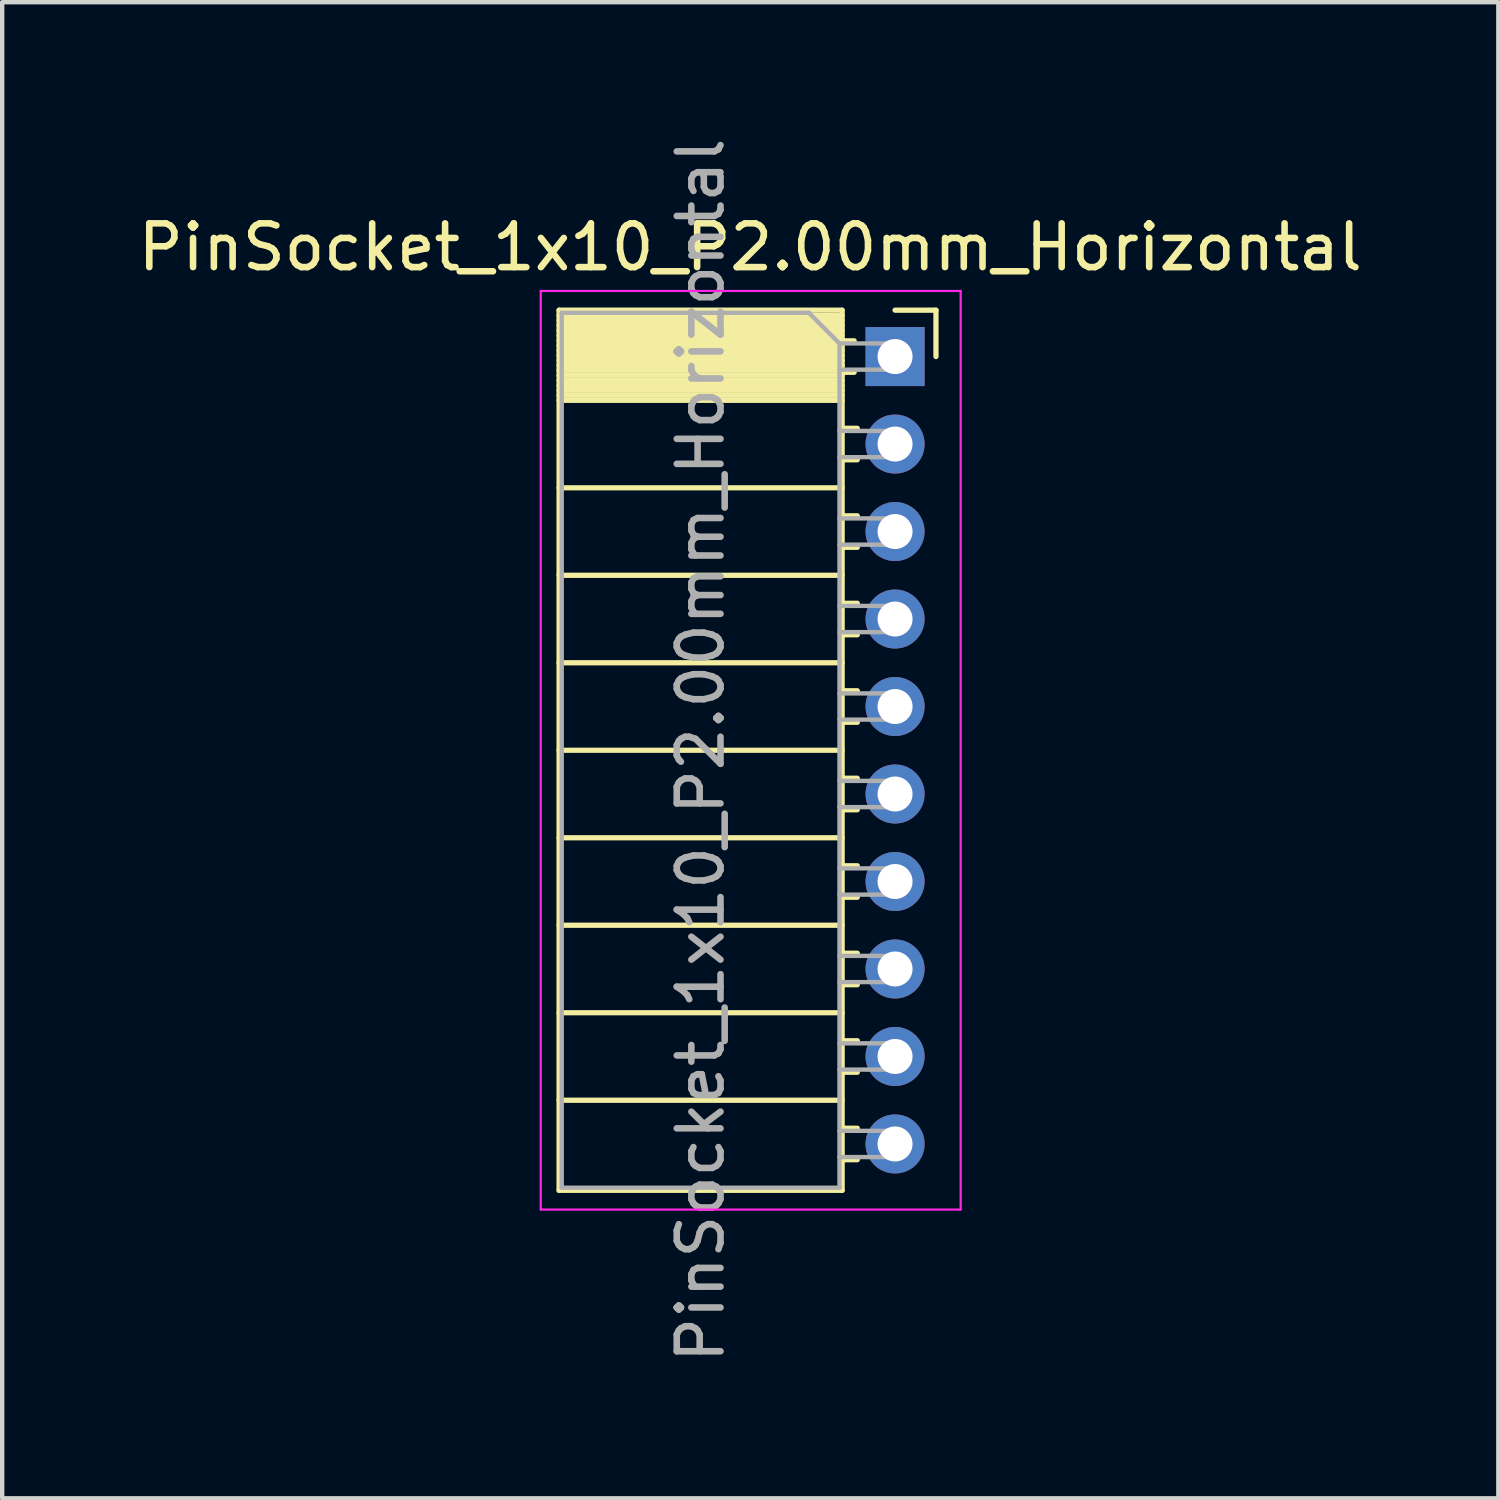
<source format=kicad_pcb>
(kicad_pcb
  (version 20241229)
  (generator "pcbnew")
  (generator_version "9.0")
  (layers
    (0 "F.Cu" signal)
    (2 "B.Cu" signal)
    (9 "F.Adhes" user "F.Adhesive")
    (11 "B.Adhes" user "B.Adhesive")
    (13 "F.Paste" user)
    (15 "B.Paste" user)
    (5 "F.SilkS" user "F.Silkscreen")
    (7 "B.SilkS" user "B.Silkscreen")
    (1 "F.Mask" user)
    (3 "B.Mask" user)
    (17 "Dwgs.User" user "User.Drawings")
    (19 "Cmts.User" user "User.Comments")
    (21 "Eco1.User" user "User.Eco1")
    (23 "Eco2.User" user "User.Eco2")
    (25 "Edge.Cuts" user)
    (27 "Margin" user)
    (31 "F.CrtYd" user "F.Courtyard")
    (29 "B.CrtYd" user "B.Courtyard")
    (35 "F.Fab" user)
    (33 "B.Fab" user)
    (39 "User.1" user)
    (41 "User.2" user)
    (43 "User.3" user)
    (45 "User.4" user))
  (footprint "PinSocket_1x10_P2.00mm_Horizontal"
    (layer "F.Cu")
    (at 17.411 5.101)
    (property "Reference" "PinSocket_1x10_P2.00mm_Horizontal" (at -3.31 -2.5 0) (layer "F.SilkS") (effects (font (size 1 1) (thickness 0.15))))
    (attr through_hole)
    (fp_line (start -7.68 -1.06) (end -7.68 19.06) (stroke (width 0.12) (type solid)) (layer "F.SilkS"))
    (fp_line (start -7.68 -1.06) (end -1.21 -1.06) (stroke (width 0.12) (type solid)) (layer "F.SilkS"))
    (fp_line (start -7.68 -0.94) (end -1.21 -0.94) (stroke (width 0.12) (type solid)) (layer "F.SilkS"))
    (fp_line (start -7.68 -0.826) (end -1.21 -0.826) (stroke (width 0.12) (type solid)) (layer "F.SilkS"))
    (fp_line (start -7.68 -0.712) (end -1.21 -0.712) (stroke (width 0.12) (type solid)) (layer "F.SilkS"))
    (fp_line (start -7.68 -0.598) (end -1.21 -0.598) (stroke (width 0.12) (type solid)) (layer "F.SilkS"))
    (fp_line (start -7.68 -0.484) (end -1.21 -0.484) (stroke (width 0.12) (type solid)) (layer "F.SilkS"))
    (fp_line (start -7.68 -0.369) (end -1.21 -0.369) (stroke (width 0.12) (type solid)) (layer "F.SilkS"))
    (fp_line (start -7.68 -0.255) (end -1.21 -0.255) (stroke (width 0.12) (type solid)) (layer "F.SilkS"))
    (fp_line (start -7.68 -0.141) (end -1.21 -0.141) (stroke (width 0.12) (type solid)) (layer "F.SilkS"))
    (fp_line (start -7.68 -0.027) (end -1.21 -0.027) (stroke (width 0.12) (type solid)) (layer "F.SilkS"))
    (fp_line (start -7.68 0.087) (end -1.21 0.087) (stroke (width 0.12) (type solid)) (layer "F.SilkS"))
    (fp_line (start -7.68 0.201) (end -1.21 0.201) (stroke (width 0.12) (type solid)) (layer "F.SilkS"))
    (fp_line (start -7.68 0.315) (end -1.21 0.315) (stroke (width 0.12) (type solid)) (layer "F.SilkS"))
    (fp_line (start -7.68 0.429) (end -1.21 0.429) (stroke (width 0.12) (type solid)) (layer "F.SilkS"))
    (fp_line (start -7.68 0.544) (end -1.21 0.544) (stroke (width 0.12) (type solid)) (layer "F.SilkS"))
    (fp_line (start -7.68 0.658) (end -1.21 0.658) (stroke (width 0.12) (type solid)) (layer "F.SilkS"))
    (fp_line (start -7.68 0.772) (end -1.21 0.772) (stroke (width 0.12) (type solid)) (layer "F.SilkS"))
    (fp_line (start -7.68 0.886) (end -1.21 0.886) (stroke (width 0.12) (type solid)) (layer "F.SilkS"))
    (fp_line (start -7.68 1) (end -1.21 1) (stroke (width 0.12) (type solid)) (layer "F.SilkS"))
    (fp_line (start -7.68 3) (end -1.21 3) (stroke (width 0.12) (type solid)) (layer "F.SilkS"))
    (fp_line (start -7.68 5) (end -1.21 5) (stroke (width 0.12) (type solid)) (layer "F.SilkS"))
    (fp_line (start -7.68 7) (end -1.21 7) (stroke (width 0.12) (type solid)) (layer "F.SilkS"))
    (fp_line (start -7.68 9) (end -1.21 9) (stroke (width 0.12) (type solid)) (layer "F.SilkS"))
    (fp_line (start -7.68 11) (end -1.21 11) (stroke (width 0.12) (type solid)) (layer "F.SilkS"))
    (fp_line (start -7.68 13) (end -1.21 13) (stroke (width 0.12) (type solid)) (layer "F.SilkS"))
    (fp_line (start -7.68 15) (end -1.21 15) (stroke (width 0.12) (type solid)) (layer "F.SilkS"))
    (fp_line (start -7.68 17) (end -1.21 17) (stroke (width 0.12) (type solid)) (layer "F.SilkS"))
    (fp_line (start -7.68 19.06) (end -1.21 19.06) (stroke (width 0.12) (type solid)) (layer "F.SilkS"))
    (fp_line (start -1.21 -1.06) (end -1.21 19.06) (stroke (width 0.12) (type solid)) (layer "F.SilkS"))
    (fp_line (start -1.21 -0.36) (end -0.935 -0.36) (stroke (width 0.12) (type solid)) (layer "F.SilkS"))
    (fp_line (start -1.21 0.36) (end -0.935 0.36) (stroke (width 0.12) (type solid)) (layer "F.SilkS"))
    (fp_line (start -1.21 1.64) (end -0.863 1.64) (stroke (width 0.12) (type solid)) (layer "F.SilkS"))
    (fp_line (start -1.21 2.36) (end -0.863 2.36) (stroke (width 0.12) (type solid)) (layer "F.SilkS"))
    (fp_line (start -1.21 3.64) (end -0.863 3.64) (stroke (width 0.12) (type solid)) (layer "F.SilkS"))
    (fp_line (start -1.21 4.36) (end -0.863 4.36) (stroke (width 0.12) (type solid)) (layer "F.SilkS"))
    (fp_line (start -1.21 5.64) (end -0.863 5.64) (stroke (width 0.12) (type solid)) (layer "F.SilkS"))
    (fp_line (start -1.21 6.36) (end -0.863 6.36) (stroke (width 0.12) (type solid)) (layer "F.SilkS"))
    (fp_line (start -1.21 7.64) (end -0.863 7.64) (stroke (width 0.12) (type solid)) (layer "F.SilkS"))
    (fp_line (start -1.21 8.36) (end -0.863 8.36) (stroke (width 0.12) (type solid)) (layer "F.SilkS"))
    (fp_line (start -1.21 9.64) (end -0.863 9.64) (stroke (width 0.12) (type solid)) (layer "F.SilkS"))
    (fp_line (start -1.21 10.36) (end -0.863 10.36) (stroke (width 0.12) (type solid)) (layer "F.SilkS"))
    (fp_line (start -1.21 11.64) (end -0.863 11.64) (stroke (width 0.12) (type solid)) (layer "F.SilkS"))
    (fp_line (start -1.21 12.36) (end -0.863 12.36) (stroke (width 0.12) (type solid)) (layer "F.SilkS"))
    (fp_line (start -1.21 13.64) (end -0.863 13.64) (stroke (width 0.12) (type solid)) (layer "F.SilkS"))
    (fp_line (start -1.21 14.36) (end -0.863 14.36) (stroke (width 0.12) (type solid)) (layer "F.SilkS"))
    (fp_line (start -1.21 15.64) (end -0.863 15.64) (stroke (width 0.12) (type solid)) (layer "F.SilkS"))
    (fp_line (start -1.21 16.36) (end -0.863 16.36) (stroke (width 0.12) (type solid)) (layer "F.SilkS"))
    (fp_line (start -1.21 17.64) (end -0.863 17.64) (stroke (width 0.12) (type solid)) (layer "F.SilkS"))
    (fp_line (start -1.21 18.36) (end -0.863 18.36) (stroke (width 0.12) (type solid)) (layer "F.SilkS"))
    (fp_line (start 0 -1.06) (end 0.935 -1.06) (stroke (width 0.12) (type solid)) (layer "F.SilkS"))
    (fp_line (start 0.935 -1.06) (end 0.935 0) (stroke (width 0.12) (type solid)) (layer "F.SilkS"))
    (fp_line (start -8.1 -1.5) (end -8.1 19.5) (stroke (width 0.05) (type solid)) (layer "F.CrtYd"))
    (fp_line (start -8.1 19.5) (end 1.5 19.5) (stroke (width 0.05) (type solid)) (layer "F.CrtYd"))
    (fp_line (start 1.5 -1.5) (end -8.1 -1.5) (stroke (width 0.05) (type solid)) (layer "F.CrtYd"))
    (fp_line (start 1.5 19.5) (end 1.5 -1.5) (stroke (width 0.05) (type solid)) (layer "F.CrtYd"))
    (fp_line (start -7.62 -1) (end -1.97 -1) (stroke (width 0.1) (type solid)) (layer "F.Fab"))
    (fp_line (start -7.62 19) (end -7.62 -1) (stroke (width 0.1) (type solid)) (layer "F.Fab"))
    (fp_line (start -1.97 -1) (end -1.27 -0.3) (stroke (width 0.1) (type solid)) (layer "F.Fab"))
    (fp_line (start -1.27 -0.3) (end -1.27 19) (stroke (width 0.1) (type solid)) (layer "F.Fab"))
    (fp_line (start -1.27 0.3) (end 0 0.3) (stroke (width 0.1) (type solid)) (layer "F.Fab"))
    (fp_line (start -1.27 2.3) (end 0 2.3) (stroke (width 0.1) (type solid)) (layer "F.Fab"))
    (fp_line (start -1.27 4.3) (end 0 4.3) (stroke (width 0.1) (type solid)) (layer "F.Fab"))
    (fp_line (start -1.27 6.3) (end 0 6.3) (stroke (width 0.1) (type solid)) (layer "F.Fab"))
    (fp_line (start -1.27 8.3) (end 0 8.3) (stroke (width 0.1) (type solid)) (layer "F.Fab"))
    (fp_line (start -1.27 10.3) (end 0 10.3) (stroke (width 0.1) (type solid)) (layer "F.Fab"))
    (fp_line (start -1.27 12.3) (end 0 12.3) (stroke (width 0.1) (type solid)) (layer "F.Fab"))
    (fp_line (start -1.27 14.3) (end 0 14.3) (stroke (width 0.1) (type solid)) (layer "F.Fab"))
    (fp_line (start -1.27 16.3) (end 0 16.3) (stroke (width 0.1) (type solid)) (layer "F.Fab"))
    (fp_line (start -1.27 18.3) (end 0 18.3) (stroke (width 0.1) (type solid)) (layer "F.Fab"))
    (fp_line (start -1.27 19) (end -7.62 19) (stroke (width 0.1) (type solid)) (layer "F.Fab"))
    (fp_line (start 0 -0.3) (end -1.27 -0.3) (stroke (width 0.1) (type solid)) (layer "F.Fab"))
    (fp_line (start 0 0.3) (end 0 -0.3) (stroke (width 0.1) (type solid)) (layer "F.Fab"))
    (fp_line (start 0 1.7) (end -1.27 1.7) (stroke (width 0.1) (type solid)) (layer "F.Fab"))
    (fp_line (start 0 2.3) (end 0 1.7) (stroke (width 0.1) (type solid)) (layer "F.Fab"))
    (fp_line (start 0 3.7) (end -1.27 3.7) (stroke (width 0.1) (type solid)) (layer "F.Fab"))
    (fp_line (start 0 4.3) (end 0 3.7) (stroke (width 0.1) (type solid)) (layer "F.Fab"))
    (fp_line (start 0 5.7) (end -1.27 5.7) (stroke (width 0.1) (type solid)) (layer "F.Fab"))
    (fp_line (start 0 6.3) (end 0 5.7) (stroke (width 0.1) (type solid)) (layer "F.Fab"))
    (fp_line (start 0 7.7) (end -1.27 7.7) (stroke (width 0.1) (type solid)) (layer "F.Fab"))
    (fp_line (start 0 8.3) (end 0 7.7) (stroke (width 0.1) (type solid)) (layer "F.Fab"))
    (fp_line (start 0 9.7) (end -1.27 9.7) (stroke (width 0.1) (type solid)) (layer "F.Fab"))
    (fp_line (start 0 10.3) (end 0 9.7) (stroke (width 0.1) (type solid)) (layer "F.Fab"))
    (fp_line (start 0 11.7) (end -1.27 11.7) (stroke (width 0.1) (type solid)) (layer "F.Fab"))
    (fp_line (start 0 12.3) (end 0 11.7) (stroke (width 0.1) (type solid)) (layer "F.Fab"))
    (fp_line (start 0 13.7) (end -1.27 13.7) (stroke (width 0.1) (type solid)) (layer "F.Fab"))
    (fp_line (start 0 14.3) (end 0 13.7) (stroke (width 0.1) (type solid)) (layer "F.Fab"))
    (fp_line (start 0 15.7) (end -1.27 15.7) (stroke (width 0.1) (type solid)) (layer "F.Fab"))
    (fp_line (start 0 16.3) (end 0 15.7) (stroke (width 0.1) (type solid)) (layer "F.Fab"))
    (fp_line (start 0 17.7) (end -1.27 17.7) (stroke (width 0.1) (type solid)) (layer "F.Fab"))
    (fp_line (start 0 18.3) (end 0 17.7) (stroke (width 0.1) (type solid)) (layer "F.Fab"))
    (fp_text user "${REFERENCE}" (at -4.445 9 90) (layer "F.Fab") (effects (font (size 1 1) (thickness 0.15))))
    (pad "1" thru_hole rect (at 0 0) (size 1.35 1.35) (drill 0.8) (layers "*.Cu" "*.Mask"))
    (pad "2" thru_hole circle (at 0 2) (size 1.35 1.35) (drill 0.8) (layers "*.Cu" "*.Mask"))
    (pad "3" thru_hole circle (at 0 4) (size 1.35 1.35) (drill 0.8) (layers "*.Cu" "*.Mask"))
    (pad "4" thru_hole circle (at 0 6) (size 1.35 1.35) (drill 0.8) (layers "*.Cu" "*.Mask"))
    (pad "5" thru_hole circle (at 0 8) (size 1.35 1.35) (drill 0.8) (layers "*.Cu" "*.Mask"))
    (pad "6" thru_hole circle (at 0 10) (size 1.35 1.35) (drill 0.8) (layers "*.Cu" "*.Mask"))
    (pad "7" thru_hole circle (at 0 12) (size 1.35 1.35) (drill 0.8) (layers "*.Cu" "*.Mask"))
    (pad "8" thru_hole circle (at 0 14) (size 1.35 1.35) (drill 0.8) (layers "*.Cu" "*.Mask"))
    (pad "9" thru_hole circle (at 0 16) (size 1.35 1.35) (drill 0.8) (layers "*.Cu" "*.Mask"))
    (pad "10" thru_hole circle (at 0 18) (size 1.35 1.35) (drill 0.8) (layers "*.Cu" "*.Mask")))
  (gr_rect
    (start -3 -3)
    (end 31.202 31.202)
    (stroke (width 0.1) (type default))
    (fill no)
    (layer "Edge.Cuts")))
</source>
